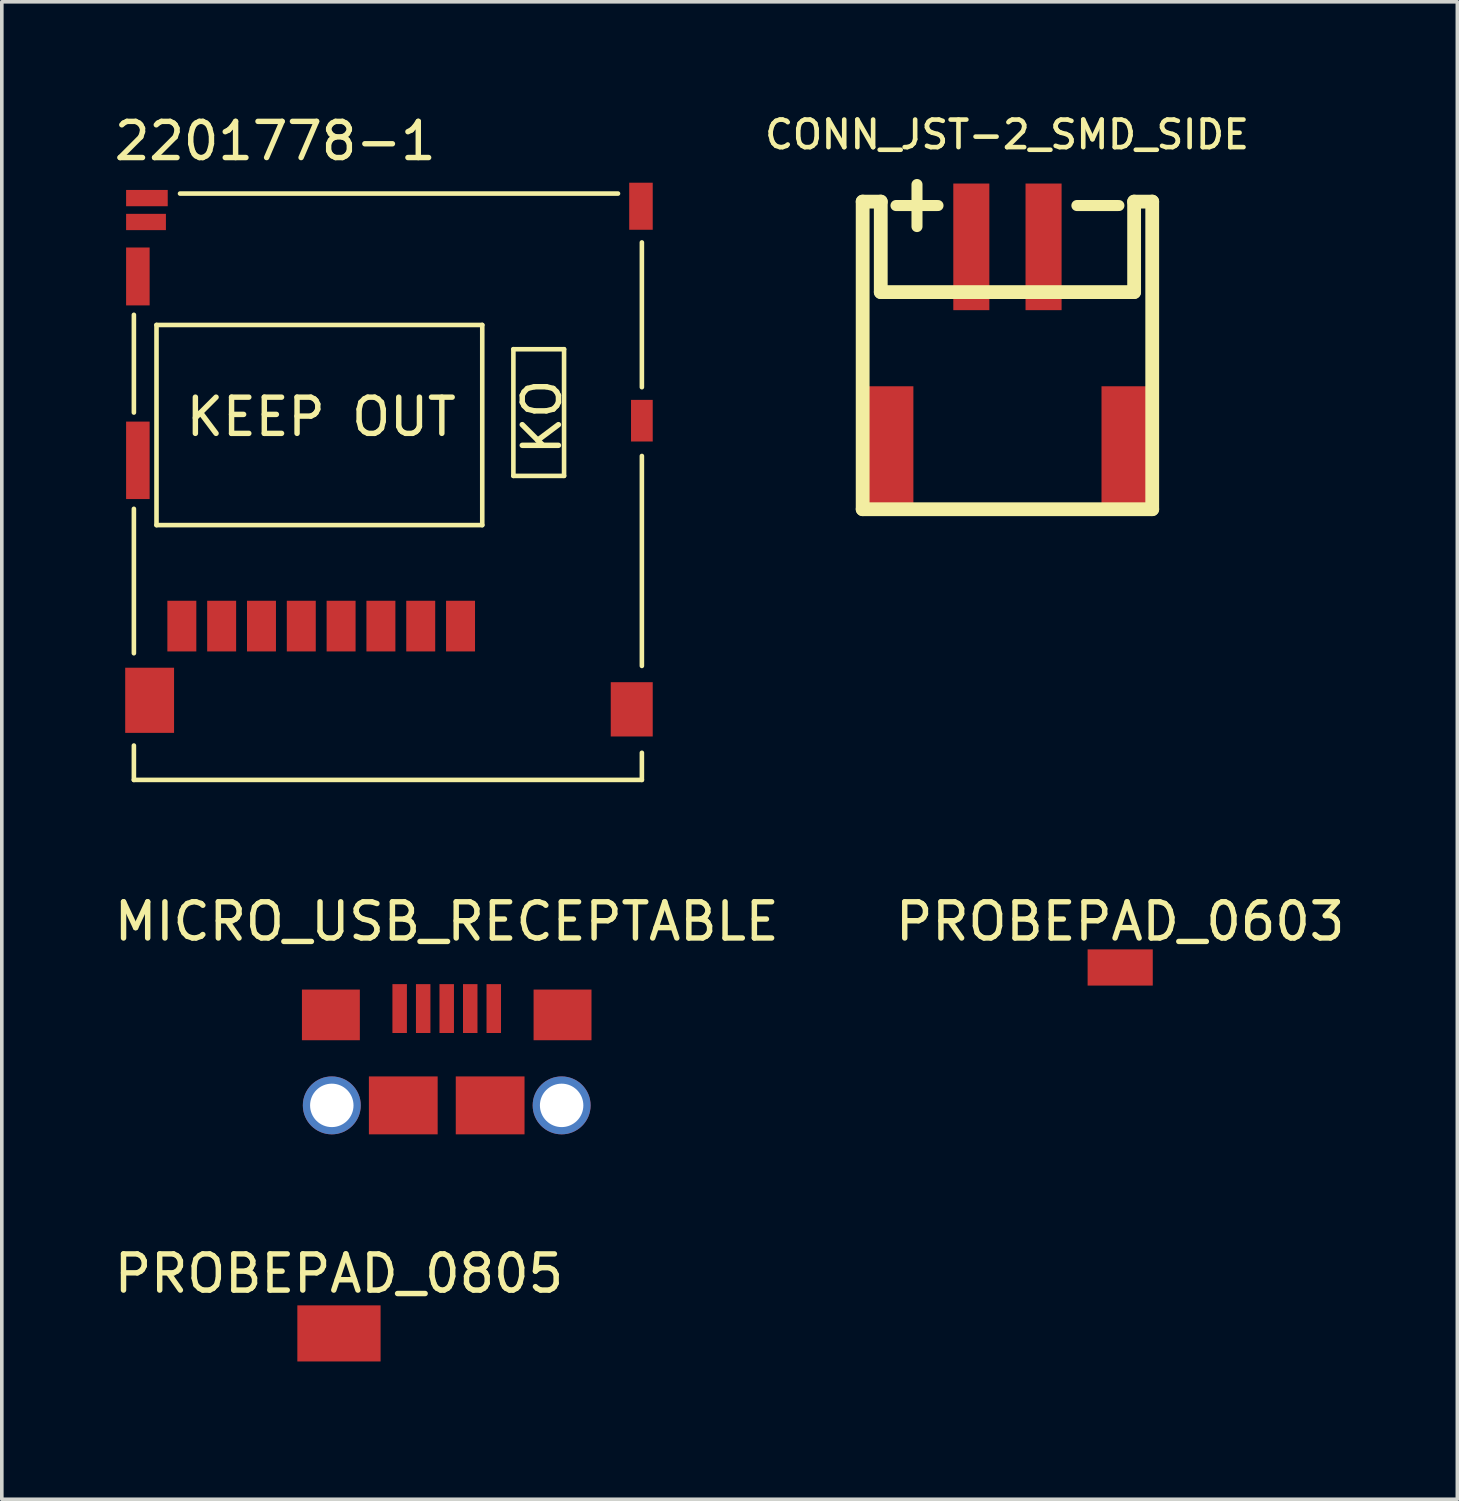
<source format=kicad_pcb>
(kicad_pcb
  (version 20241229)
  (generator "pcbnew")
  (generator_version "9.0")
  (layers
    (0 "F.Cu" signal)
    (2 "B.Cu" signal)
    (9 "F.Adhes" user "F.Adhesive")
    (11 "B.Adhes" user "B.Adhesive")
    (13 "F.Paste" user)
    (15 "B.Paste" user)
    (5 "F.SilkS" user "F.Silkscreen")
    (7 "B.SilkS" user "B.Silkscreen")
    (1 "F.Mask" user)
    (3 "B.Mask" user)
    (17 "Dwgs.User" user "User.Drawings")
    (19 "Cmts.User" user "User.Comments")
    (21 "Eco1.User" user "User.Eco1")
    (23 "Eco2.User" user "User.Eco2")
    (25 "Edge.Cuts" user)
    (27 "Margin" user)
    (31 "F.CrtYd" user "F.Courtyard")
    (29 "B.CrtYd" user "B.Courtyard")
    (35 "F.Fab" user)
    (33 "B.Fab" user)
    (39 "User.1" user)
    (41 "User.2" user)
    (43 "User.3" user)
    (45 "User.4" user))
  (footprint "PROBEPAD_0805"
    (layer "F.Cu")
    (at 6.188 35.123)
    (property "Reference" "PROBEPAD_0805" (at 0.127 -2.985 0) (layer "F.SilkS") (effects (font (size 1 1) (thickness 0.15))))
    (attr through_hole)
    (pad "1" smd rect (at 0.127 -1.333) (size 2.3 1.55) (layers "F.Cu" "F.Mask" "F.Paste")))
  (footprint "MICRO_USB_RECEPTABLE"
    (layer "F.Cu")
    (at 9.292 27.49)
    (property "Reference" "MICRO_USB_RECEPTABLE" (at 0 -5.08 0) (layer "F.SilkS") (effects (font (size 1 1) (thickness 0.15))))
    (attr through_hole)
    (pad "1" smd rect (at -1.3 -2.675) (size 0.4 1.35) (layers "F.Cu" "F.Mask" "F.Paste"))
    (pad "2" smd rect (at -0.65 -2.675) (size 0.4 1.35) (layers "F.Cu" "F.Mask" "F.Paste"))
    (pad "3" smd rect (at 0 -2.675) (size 0.4 1.35) (layers "F.Cu" "F.Mask" "F.Paste"))
    (pad "4" smd rect (at 0.65 -2.675) (size 0.4 1.35) (layers "F.Cu" "F.Mask" "F.Paste"))
    (pad "5" smd rect (at 1.3 -2.675) (size 0.4 1.35) (layers "F.Cu" "F.Mask" "F.Paste"))
    (pad "6" smd rect (at -3.2 -2.5) (size 1.6 1.4) (layers "F.Cu" "F.Mask" "F.Paste"))
    (pad "6" thru_hole circle (at -3.175 0) (size 1.6 1.6) (drill 1.2) (layers "*.Cu" "*.Mask"))
    (pad "6" smd rect (at -1.2 0) (size 1.9 1.6) (layers "F.Cu" "F.Mask" "F.Paste"))
    (pad "6" smd rect (at 1.2 0) (size 1.9 1.6) (layers "F.Cu" "F.Mask" "F.Paste"))
    (pad "6" thru_hole circle (at 3.175 0) (size 1.6 1.6) (drill 1.2) (layers "*.Cu" "*.Mask"))
    (pad "6" smd rect (at 3.2 -2.5) (size 1.6 1.4) (layers "F.Cu" "F.Mask" "F.Paste")))
  (footprint "2201778-1"
    (layer "F.Cu")
    (at 5.824 13.548)
    (property "Reference" "2201778-1" (at -1.27 -12.7 0) (layer "F.SilkS") (effects (font (size 1 1) (thickness 0.15))))
    (attr through_hole)
    (fp_line (start -5.175 -7.9) (end -5.175 -5.2) (stroke (width 0.127) (type solid)) (layer "F.SilkS"))
    (fp_line (start -5.175 -2.54) (end -5.175 1.45) (stroke (width 0.127) (type solid)) (layer "F.SilkS"))
    (fp_line (start -5.175 4) (end -5.175 4.95) (stroke (width 0.127) (type solid)) (layer "F.SilkS"))
    (fp_line (start -5.175 4.95) (end 8.86 4.95) (stroke (width 0.127) (type solid)) (layer "F.SilkS"))
    (fp_line (start -4.55 -7.62) (end -4.55 -2.09) (stroke (width 0.127) (type solid)) (layer "F.SilkS"))
    (fp_line (start -4.55 -7.62) (end 4.45 -7.62) (stroke (width 0.127) (type solid)) (layer "F.SilkS"))
    (fp_line (start -4.55 -2.09) (end 4.45 -2.09) (stroke (width 0.127) (type solid)) (layer "F.SilkS"))
    (fp_line (start -3.9 -11.25) (end 8.2 -11.25) (stroke (width 0.127) (type solid)) (layer "F.SilkS"))
    (fp_line (start 4.45 -2.09) (end 4.45 -7.62) (stroke (width 0.127) (type solid)) (layer "F.SilkS"))
    (fp_line (start 5.31 -6.95) (end 6.71 -6.95) (stroke (width 0.127) (type solid)) (layer "F.SilkS"))
    (fp_line (start 5.31 -3.45) (end 5.31 -6.95) (stroke (width 0.127) (type solid)) (layer "F.SilkS"))
    (fp_line (start 5.31 -3.45) (end 6.71 -3.45) (stroke (width 0.127) (type solid)) (layer "F.SilkS"))
    (fp_line (start 6.71 -3.45) (end 6.71 -6.95) (stroke (width 0.127) (type solid)) (layer "F.SilkS"))
    (fp_line (start 8.86 -9.9) (end 8.86 -5.9) (stroke (width 0.127) (type solid)) (layer "F.SilkS"))
    (fp_line (start 8.86 -4) (end 8.86 1.8) (stroke (width 0.127) (type solid)) (layer "F.SilkS"))
    (fp_line (start 8.86 4.2) (end 8.86 4.95) (stroke (width 0.127) (type solid)) (layer "F.SilkS"))
    (fp_text user "KO" (at 6.1 -5.08 90) (layer "F.SilkS") (effects (font (size 1 1) (thickness 0.15))))
    (fp_text user "KEEP OUT" (at 0 -5.08 0) (layer "F.SilkS") (effects (font (size 1 1) (thickness 0.15))))
    (pad "1" smd rect (at 3.85 0.7) (size 0.8 1.4) (layers "F.Cu" "F.Mask" "F.Paste"))
    (pad "2" smd rect (at 2.75 0.7) (size 0.8 1.4) (layers "F.Cu" "F.Mask" "F.Paste"))
    (pad "3" smd rect (at 1.65 0.7) (size 0.8 1.4) (layers "F.Cu" "F.Mask" "F.Paste"))
    (pad "4" smd rect (at 0.55 0.7) (size 0.8 1.4) (layers "F.Cu" "F.Mask" "F.Paste"))
    (pad "5" smd rect (at -0.55 0.7) (size 0.8 1.4) (layers "F.Cu" "F.Mask" "F.Paste"))
    (pad "6" smd rect (at -1.65 0.7) (size 0.8 1.4) (layers "F.Cu" "F.Mask" "F.Paste"))
    (pad "7" smd rect (at -2.75 0.7) (size 0.8 1.4) (layers "F.Cu" "F.Mask" "F.Paste"))
    (pad "8" smd rect (at -3.85 0.7) (size 0.8 1.4) (layers "F.Cu" "F.Mask" "F.Paste"))
    (pad "9" smd rect (at -4.815 -11.125) (size 1.15 0.45) (layers "F.Cu" "F.Mask" "F.Paste"))
    (pad "10" smd rect (at -4.84 -10.465) (size 1.1 0.45) (layers "F.Cu" "F.Mask" "F.Paste"))
    (pad "11" smd rect (at -4.74 2.75) (size 1.35 1.8) (layers "F.Cu" "F.Mask" "F.Paste"))
    (pad "12" smd rect (at -5.065 -3.88) (size 0.65 2.14) (layers "F.Cu" "F.Mask" "F.Paste"))
    (pad "13" smd rect (at -5.065 -8.96) (size 0.65 1.6) (layers "F.Cu" "F.Mask" "F.Paste"))
    (pad "14" smd rect (at 8.835 -10.9) (size 0.65 1.3) (layers "F.Cu" "F.Mask" "F.Paste"))
    (pad "15" smd rect (at 8.86 -4.975) (size 0.6 1.15) (layers "F.Cu" "F.Mask" "F.Paste"))
    (pad "16" smd rect (at 8.58 3) (size 1.16 1.5) (layers "F.Cu" "F.Mask" "F.Paste")))
  (footprint "PROBEPAD_0603"
    (layer "F.Cu")
    (at 27.899 23.68)
    (property "Reference" "PROBEPAD_0603" (at 0 -1.27 0) (layer "F.SilkS") (effects (font (size 1 1) (thickness 0.15))))
    (attr through_hole)
    (pad "1" smd rect (at 0 0 90) (size 1 1.8) (layers "F.Cu" "F.Mask" "F.Paste")))
  (footprint "CONN_JST-2_SMD_SIDE"
    (layer "F.Cu")
    (at 24.784 11.019)
    (property "Reference" "CONN_JST-2_SMD_SIDE" (at -0.01 -10.35 0) (layer "F.SilkS") (effects (font (size 0.762 0.762) (thickness 0.127))))
    (attr through_hole)
    (fp_line (start -4 -8.499) (end -4 0) (stroke (width 0.381) (type solid)) (layer "F.SilkS"))
    (fp_line (start -4 0) (end 4 0) (stroke (width 0.381) (type solid)) (layer "F.SilkS"))
    (fp_line (start -3.5 -8.499) (end -4 -8.499) (stroke (width 0.381) (type solid)) (layer "F.SilkS"))
    (fp_line (start -3.5 -5.999) (end -3.5 -8.499) (stroke (width 0.381) (type solid)) (layer "F.SilkS"))
    (fp_line (start 3.5 -8.499) (end 3.5 -5.999) (stroke (width 0.381) (type solid)) (layer "F.SilkS"))
    (fp_line (start 3.5 -5.999) (end -3.5 -5.999) (stroke (width 0.381) (type solid)) (layer "F.SilkS"))
    (fp_line (start 4 -8.499) (end 3.5 -8.499) (stroke (width 0.381) (type solid)) (layer "F.SilkS"))
    (fp_line (start 4 0) (end 4 -8.499) (stroke (width 0.381) (type solid)) (layer "F.SilkS"))
    (fp_text user "+" (at -2.499 -8.499 0) (layer "F.SilkS") (effects (font (size 1.524 1.524) (thickness 0.305))))
    (fp_text user "-" (at 2.499 -8.499 0) (layer "F.SilkS") (effects (font (size 1.524 1.524) (thickness 0.305))))
    (pad "" smd rect (at -3.348 -1.699) (size 1.499 3.396) (layers "F.Cu" "F.Mask" "F.Paste"))
    (pad "" smd rect (at 3.348 -1.699) (size 1.499 3.396) (layers "F.Cu" "F.Mask" "F.Paste"))
    (pad "1" smd rect (at -0.998 -7.249) (size 0.996 3.498) (layers "F.Cu" "F.Mask" "F.Paste"))
    (pad "2" smd rect (at 0.998 -7.249) (size 0.996 3.498) (layers "F.Cu" "F.Mask" "F.Paste")))
  (gr_rect
    (start -3 -3)
    (end 37.214 38.373)
    (stroke (width 0.1) (type default))
    (fill no)
    (layer "Edge.Cuts")))
</source>
